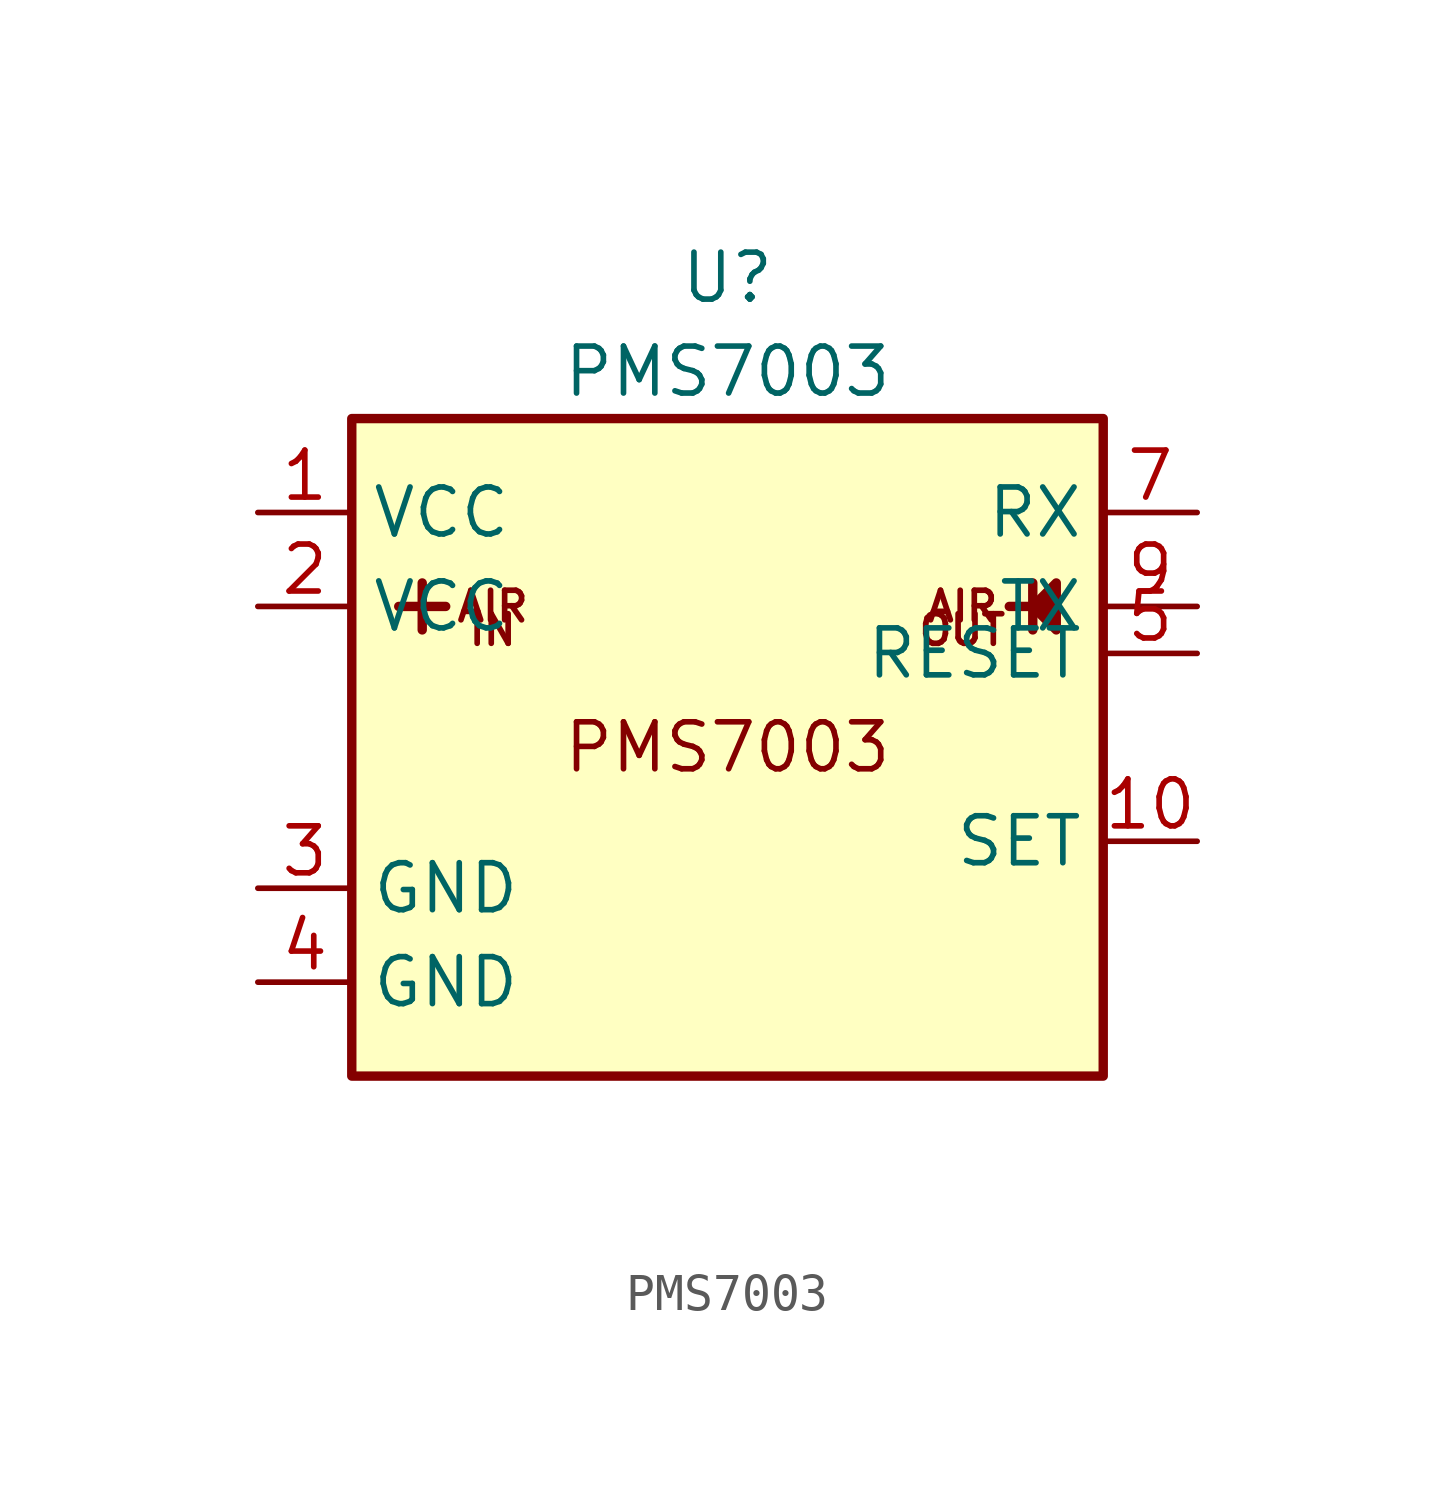
<source format=kicad_sym>
(kicad_symbol_lib
  (version 20220914)
  (generator kicad_symbol_editor)
  (symbol "PMS7003"
    (property "Reference" "U"
      (at 0 12.7 0)
      (effects (font (size 1.27 1.27))))
    (property "Value" "PMS7003"
      (at 0 10.16 0)
      (effects (font (size 1.27 1.27))))
    (symbol "PMS7003_0_1"
      (rectangle (start -10.16 8.89) (end 10.16 -8.89) (stroke (width 0.254) (type default)) (fill (type background)))
      (text "PMS7003" (at 0 0 0) (effects (font (size 1.27 1.27))))
      (text "AIR" (at -6.35 3.81 0) (effects (font (size 0.8 0.8))))
      (text "IN" (at -6.35 3.175 0) (effects (font (size 0.8 0.8))))
      (text "AIR" (at 6.35 3.81 0) (effects (font (size 0.8 0.8))))
      (text "OUT" (at 6.35 3.175 0) (effects (font (size 0.8 0.8))))
      (polyline (pts (xy -8.89 3.81) (xy -7.62 3.81)) (stroke (width 0.254) (type default)) (fill (type none)))
      (polyline (pts (xy -8.255 4.445) (xy -8.255 3.175)) (stroke (width 0.254) (type default)) (fill (type none)))
      (polyline (pts (xy 7.62 3.81) (xy 8.89 3.81)) (stroke (width 0.254) (type default)) (fill (type none)))
      (polyline (pts (xy 8.255 4.445) (xy 8.255 3.175)) (stroke (width 0.254) (type default)) (fill (type none)))
      (polyline (pts (xy 8.255 3.81) (xy 8.89 4.445) (xy 8.89 3.175) (xy 8.255 3.81)) (stroke (width 0.254) (type default)) (fill (type outline))))
    (symbol "PMS7003_1_1"
      (pin power_in line (at -12.7 6.35 0) (length 2.54) (name "VCC" (effects (font (size 1.27 1.27)))) (number "1" (effects (font (size 1.27 1.27)))))
      (pin bidirectional line (at 12.7 -2.54 180) (length 2.54) (name "SET" (effects (font (size 1.27 1.27)))) (number "10" (effects (font (size 1.27 1.27)))))
      (pin power_in line (at -12.7 3.81 0) (length 2.54) (name "VCC" (effects (font (size 1.27 1.27)))) (number "2" (effects (font (size 1.27 1.27)))))
      (pin power_in line (at -12.7 -3.81 0) (length 2.54) (name "GND" (effects (font (size 1.27 1.27)))) (number "3" (effects (font (size 1.27 1.27)))))
      (pin power_in line (at -12.7 -6.35 0) (length 2.54) (name "GND" (effects (font (size 1.27 1.27)))) (number "4" (effects (font (size 1.27 1.27)))))
      (pin input line (at 12.7 2.54 180) (length 2.54) (name "RESET" (effects (font (size 1.27 1.27)))) (number "5" (effects (font (size 1.27 1.27)))))
      (pin no_connect line (at -2.54 -11.43 90) (length 2.54) hide (name "NC" (effects (font (size 1.27 1.27)))) (number "6" (effects (font (size 1.27 1.27)))))
      (pin input line (at 12.7 6.35 180) (length 2.54) (name "RX" (effects (font (size 1.27 1.27)))) (number "7" (effects (font (size 1.27 1.27)))))
      (pin no_connect line (at 2.54 -11.43 90) (length 2.54) hide (name "NC" (effects (font (size 1.27 1.27)))) (number "8" (effects (font (size 1.27 1.27)))))
      (pin output line (at 12.7 3.81 180) (length 2.54) (name "TX" (effects (font (size 1.27 1.27)))) (number "9" (effects (font (size 1.27 1.27))))))))
</source>
